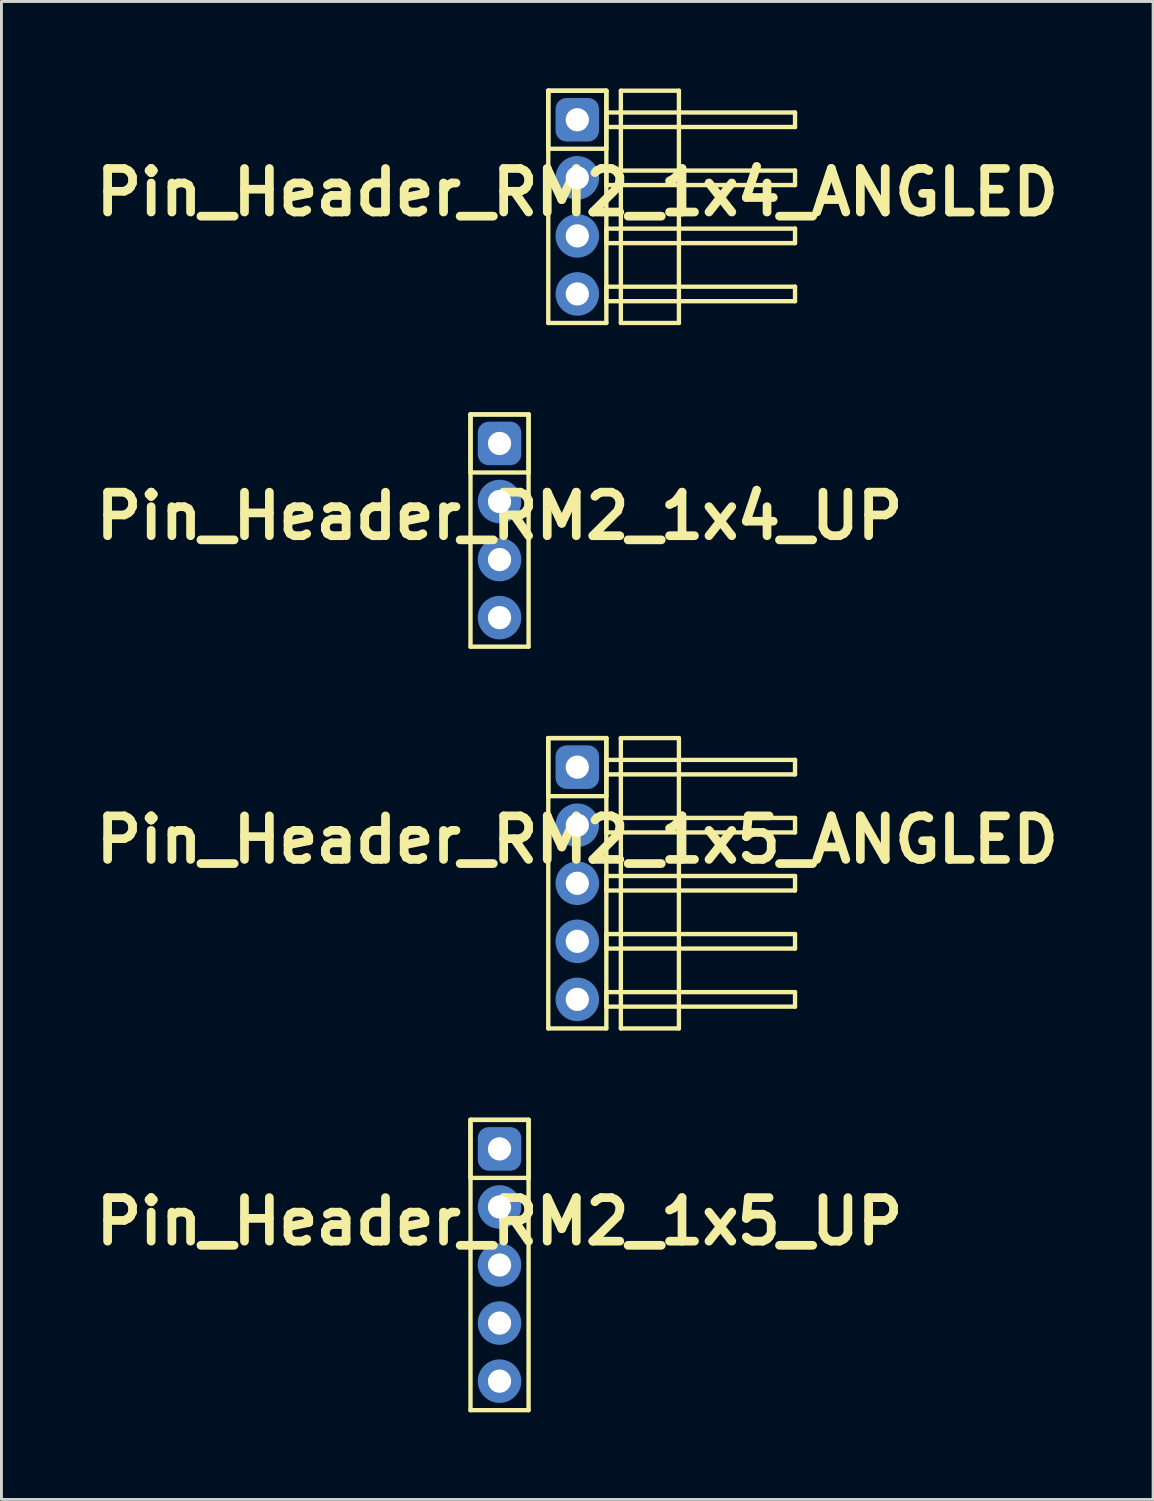
<source format=kicad_pcb>
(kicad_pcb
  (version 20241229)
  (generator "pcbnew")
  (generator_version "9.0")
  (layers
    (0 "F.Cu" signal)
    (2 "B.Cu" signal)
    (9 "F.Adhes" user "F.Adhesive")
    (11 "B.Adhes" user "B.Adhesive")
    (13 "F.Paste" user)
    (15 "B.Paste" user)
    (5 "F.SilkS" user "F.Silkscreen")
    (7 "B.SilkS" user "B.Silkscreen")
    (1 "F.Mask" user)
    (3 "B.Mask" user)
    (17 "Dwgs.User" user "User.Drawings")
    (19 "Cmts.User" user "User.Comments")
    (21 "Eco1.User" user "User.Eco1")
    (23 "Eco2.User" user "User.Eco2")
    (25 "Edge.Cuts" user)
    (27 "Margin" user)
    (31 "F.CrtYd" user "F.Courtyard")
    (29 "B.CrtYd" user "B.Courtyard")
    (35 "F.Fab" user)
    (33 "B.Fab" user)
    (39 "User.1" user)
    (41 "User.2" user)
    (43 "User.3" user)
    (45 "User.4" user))
  (footprint "Pin_Header_RM2_1x5_ANGLED"
    (layer "F.Cu")
    (at 16.836 23.375)
    (property "Reference" "Pin_Header_RM2_1x5_ANGLED" (at 0 2.5 0) (layer "F.SilkS") (effects (font (size 1.5 1.5) (thickness 0.3))))
    (attr through_hole)
    (fp_line (start -1 -1) (end 1 -1) (stroke (width 0.15) (type solid)) (layer "F.SilkS"))
    (fp_line (start -1 -1) (end 1 -1) (stroke (width 0.15) (type solid)) (layer "F.SilkS"))
    (fp_line (start -1 1) (end -1 -1) (stroke (width 0.15) (type solid)) (layer "F.SilkS"))
    (fp_line (start -1 9) (end -1 -1) (stroke (width 0.15) (type solid)) (layer "F.SilkS"))
    (fp_line (start 1 -1) (end 1 1) (stroke (width 0.15) (type solid)) (layer "F.SilkS"))
    (fp_line (start 1 -1) (end 1 9) (stroke (width 0.15) (type solid)) (layer "F.SilkS"))
    (fp_line (start 1 -0.25) (end 7.5 -0.25) (stroke (width 0.15) (type solid)) (layer "F.SilkS"))
    (fp_line (start 1 0.25) (end 1 -0.25) (stroke (width 0.15) (type solid)) (layer "F.SilkS"))
    (fp_line (start 1 1) (end -1 1) (stroke (width 0.15) (type solid)) (layer "F.SilkS"))
    (fp_line (start 1 1.75) (end 7.5 1.75) (stroke (width 0.15) (type solid)) (layer "F.SilkS"))
    (fp_line (start 1 2.25) (end 1 1.75) (stroke (width 0.15) (type solid)) (layer "F.SilkS"))
    (fp_line (start 1 3.75) (end 7.5 3.75) (stroke (width 0.15) (type solid)) (layer "F.SilkS"))
    (fp_line (start 1 4.25) (end 1 3.75) (stroke (width 0.15) (type solid)) (layer "F.SilkS"))
    (fp_line (start 1 5.75) (end 7.5 5.75) (stroke (width 0.15) (type solid)) (layer "F.SilkS"))
    (fp_line (start 1 6.25) (end 1 5.75) (stroke (width 0.15) (type solid)) (layer "F.SilkS"))
    (fp_line (start 1 7.75) (end 7.5 7.75) (stroke (width 0.15) (type solid)) (layer "F.SilkS"))
    (fp_line (start 1 8.25) (end 1 7.75) (stroke (width 0.15) (type solid)) (layer "F.SilkS"))
    (fp_line (start 1 9) (end -1 9) (stroke (width 0.15) (type solid)) (layer "F.SilkS"))
    (fp_line (start 1.5 -1) (end 3.5 -1) (stroke (width 0.15) (type solid)) (layer "F.SilkS"))
    (fp_line (start 1.5 9) (end 1.5 -1) (stroke (width 0.15) (type solid)) (layer "F.SilkS"))
    (fp_line (start 3.5 -1) (end 3.5 9) (stroke (width 0.15) (type solid)) (layer "F.SilkS"))
    (fp_line (start 3.5 9) (end 1.5 9) (stroke (width 0.15) (type solid)) (layer "F.SilkS"))
    (fp_line (start 7.5 -0.25) (end 7.5 0.25) (stroke (width 0.15) (type solid)) (layer "F.SilkS"))
    (fp_line (start 7.5 0.25) (end 1 0.25) (stroke (width 0.15) (type solid)) (layer "F.SilkS"))
    (fp_line (start 7.5 1.75) (end 7.5 2.25) (stroke (width 0.15) (type solid)) (layer "F.SilkS"))
    (fp_line (start 7.5 2.25) (end 1 2.25) (stroke (width 0.15) (type solid)) (layer "F.SilkS"))
    (fp_line (start 7.5 3.75) (end 7.5 4.25) (stroke (width 0.15) (type solid)) (layer "F.SilkS"))
    (fp_line (start 7.5 4.25) (end 1 4.25) (stroke (width 0.15) (type solid)) (layer "F.SilkS"))
    (fp_line (start 7.5 5.75) (end 7.5 6.25) (stroke (width 0.15) (type solid)) (layer "F.SilkS"))
    (fp_line (start 7.5 6.25) (end 1 6.25) (stroke (width 0.15) (type solid)) (layer "F.SilkS"))
    (fp_line (start 7.5 7.75) (end 7.5 8.25) (stroke (width 0.15) (type solid)) (layer "F.SilkS"))
    (fp_line (start 7.5 8.25) (end 1 8.25) (stroke (width 0.15) (type solid)) (layer "F.SilkS"))
    (pad "1" thru_hole circle (at 0 0) (size 1.1 1.1) (drill 0.8) (layers "*.Cu" "*.Mask"))
    (pad "1" smd roundrect (at 0 0) (size 1.25 1.25) (layers "F.Cu" "F.Mask") (roundrect_rratio 0.25))
    (pad "1" smd roundrect (at 0 0) (size 1.5 1.5) (layers "B.Cu" "B.Mask") (roundrect_rratio 0.25))
    (pad "2" thru_hole circle (at 0 2) (size 1.1 1.1) (drill 0.8) (layers "*.Cu" "*.Mask"))
    (pad "2" smd circle (at 0 2) (size 1.25 1.25) (layers "F.Cu" "F.Mask"))
    (pad "2" smd circle (at 0 2) (size 1.5 1.5) (layers "B.Cu" "B.Mask"))
    (pad "3" thru_hole circle (at 0 4) (size 1.1 1.1) (drill 0.8) (layers "*.Cu" "*.Mask"))
    (pad "3" smd circle (at 0 4) (size 1.25 1.25) (layers "F.Cu" "F.Mask"))
    (pad "3" smd circle (at 0 4) (size 1.5 1.5) (layers "B.Cu" "B.Mask"))
    (pad "4" thru_hole circle (at 0 6) (size 1.1 1.1) (drill 0.8) (layers "*.Cu" "*.Mask"))
    (pad "4" smd circle (at 0 6) (size 1.25 1.25) (layers "F.Cu" "F.Mask"))
    (pad "4" smd circle (at 0 6) (size 1.5 1.5) (layers "B.Cu" "B.Mask"))
    (pad "5" thru_hole circle (at 0 8) (size 1.1 1.1) (drill 0.8) (layers "*.Cu" "*.Mask"))
    (pad "5" smd circle (at 0 8) (size 1.25 1.25) (layers "F.Cu" "F.Mask"))
    (pad "5" smd circle (at 0 8) (size 1.5 1.5) (layers "B.Cu" "B.Mask")))
  (footprint "Pin_Header_RM2_1x4_UP"
    (layer "F.Cu")
    (at 14.157 12.225)
    (property "Reference" "Pin_Header_RM2_1x4_UP" (at 0 2.5 0) (layer "F.SilkS") (effects (font (size 1.5 1.5) (thickness 0.3))))
    (attr through_hole)
    (fp_line (start -1 -1) (end 1 -1) (stroke (width 0.15) (type solid)) (layer "F.SilkS"))
    (fp_line (start -1 -1) (end 1 -1) (stroke (width 0.15) (type solid)) (layer "F.SilkS"))
    (fp_line (start -1 1) (end -1 -1) (stroke (width 0.15) (type solid)) (layer "F.SilkS"))
    (fp_line (start -1 7) (end -1 -1) (stroke (width 0.15) (type solid)) (layer "F.SilkS"))
    (fp_line (start 1 -1) (end 1 1) (stroke (width 0.15) (type solid)) (layer "F.SilkS"))
    (fp_line (start 1 -1) (end 1 7) (stroke (width 0.15) (type solid)) (layer "F.SilkS"))
    (fp_line (start 1 1) (end -1 1) (stroke (width 0.15) (type solid)) (layer "F.SilkS"))
    (fp_line (start 1 7) (end -1 7) (stroke (width 0.15) (type solid)) (layer "F.SilkS"))
    (pad "1" thru_hole circle (at 0 0) (size 1.1 1.1) (drill 0.8) (layers "*.Cu" "*.Mask"))
    (pad "1" smd roundrect (at 0 0) (size 1.25 1.25) (layers "F.Cu" "F.Mask") (roundrect_rratio 0.25))
    (pad "1" smd roundrect (at 0 0) (size 1.5 1.5) (layers "B.Cu" "B.Mask") (roundrect_rratio 0.25))
    (pad "2" thru_hole circle (at 0 2) (size 1.1 1.1) (drill 0.8) (layers "*.Cu" "*.Mask"))
    (pad "2" smd circle (at 0 2) (size 1.25 1.25) (layers "F.Cu" "F.Mask"))
    (pad "2" smd circle (at 0 2) (size 1.5 1.5) (layers "B.Cu" "B.Mask"))
    (pad "3" thru_hole circle (at 0 4) (size 1.1 1.1) (drill 0.8) (layers "*.Cu" "*.Mask"))
    (pad "3" smd circle (at 0 4) (size 1.25 1.25) (layers "F.Cu" "F.Mask"))
    (pad "3" smd circle (at 0 4) (size 1.5 1.5) (layers "B.Cu" "B.Mask"))
    (pad "4" thru_hole circle (at 0 6) (size 1.1 1.1) (drill 0.8) (layers "*.Cu" "*.Mask"))
    (pad "4" smd circle (at 0 6) (size 1.25 1.25) (layers "F.Cu" "F.Mask"))
    (pad "4" smd circle (at 0 6) (size 1.5 1.5) (layers "B.Cu" "B.Mask")))
  (footprint "Pin_Header_RM2_1x4_ANGLED"
    (layer "F.Cu")
    (at 16.836 1.075)
    (property "Reference" "Pin_Header_RM2_1x4_ANGLED" (at 0 2.5 0) (layer "F.SilkS") (effects (font (size 1.5 1.5) (thickness 0.3))))
    (attr through_hole)
    (fp_line (start -1 -1) (end 1 -1) (stroke (width 0.15) (type solid)) (layer "F.SilkS"))
    (fp_line (start -1 -1) (end 1 -1) (stroke (width 0.15) (type solid)) (layer "F.SilkS"))
    (fp_line (start -1 1) (end -1 -1) (stroke (width 0.15) (type solid)) (layer "F.SilkS"))
    (fp_line (start -1 7) (end -1 -1) (stroke (width 0.15) (type solid)) (layer "F.SilkS"))
    (fp_line (start 1 -1) (end 1 1) (stroke (width 0.15) (type solid)) (layer "F.SilkS"))
    (fp_line (start 1 -1) (end 1 7) (stroke (width 0.15) (type solid)) (layer "F.SilkS"))
    (fp_line (start 1 -0.25) (end 7.5 -0.25) (stroke (width 0.15) (type solid)) (layer "F.SilkS"))
    (fp_line (start 1 0.25) (end 1 -0.25) (stroke (width 0.15) (type solid)) (layer "F.SilkS"))
    (fp_line (start 1 1) (end -1 1) (stroke (width 0.15) (type solid)) (layer "F.SilkS"))
    (fp_line (start 1 1.75) (end 7.5 1.75) (stroke (width 0.15) (type solid)) (layer "F.SilkS"))
    (fp_line (start 1 2.25) (end 1 1.75) (stroke (width 0.15) (type solid)) (layer "F.SilkS"))
    (fp_line (start 1 3.75) (end 7.5 3.75) (stroke (width 0.15) (type solid)) (layer "F.SilkS"))
    (fp_line (start 1 4.25) (end 1 3.75) (stroke (width 0.15) (type solid)) (layer "F.SilkS"))
    (fp_line (start 1 5.75) (end 7.5 5.75) (stroke (width 0.15) (type solid)) (layer "F.SilkS"))
    (fp_line (start 1 6.25) (end 1 5.75) (stroke (width 0.15) (type solid)) (layer "F.SilkS"))
    (fp_line (start 1 7) (end -1 7) (stroke (width 0.15) (type solid)) (layer "F.SilkS"))
    (fp_line (start 1.5 -1) (end 3.5 -1) (stroke (width 0.15) (type solid)) (layer "F.SilkS"))
    (fp_line (start 1.5 7) (end 1.5 -1) (stroke (width 0.15) (type solid)) (layer "F.SilkS"))
    (fp_line (start 3.5 -1) (end 3.5 7) (stroke (width 0.15) (type solid)) (layer "F.SilkS"))
    (fp_line (start 3.5 7) (end 1.5 7) (stroke (width 0.15) (type solid)) (layer "F.SilkS"))
    (fp_line (start 7.5 -0.25) (end 7.5 0.25) (stroke (width 0.15) (type solid)) (layer "F.SilkS"))
    (fp_line (start 7.5 0.25) (end 1 0.25) (stroke (width 0.15) (type solid)) (layer "F.SilkS"))
    (fp_line (start 7.5 1.75) (end 7.5 2.25) (stroke (width 0.15) (type solid)) (layer "F.SilkS"))
    (fp_line (start 7.5 2.25) (end 1 2.25) (stroke (width 0.15) (type solid)) (layer "F.SilkS"))
    (fp_line (start 7.5 3.75) (end 7.5 4.25) (stroke (width 0.15) (type solid)) (layer "F.SilkS"))
    (fp_line (start 7.5 4.25) (end 1 4.25) (stroke (width 0.15) (type solid)) (layer "F.SilkS"))
    (fp_line (start 7.5 5.75) (end 7.5 6.25) (stroke (width 0.15) (type solid)) (layer "F.SilkS"))
    (fp_line (start 7.5 6.25) (end 1 6.25) (stroke (width 0.15) (type solid)) (layer "F.SilkS"))
    (pad "1" thru_hole circle (at 0 0) (size 1.1 1.1) (drill 0.8) (layers "*.Cu" "*.Mask"))
    (pad "1" smd roundrect (at 0 0) (size 1.25 1.25) (layers "F.Cu" "F.Mask") (roundrect_rratio 0.25))
    (pad "1" smd roundrect (at 0 0) (size 1.5 1.5) (layers "B.Cu" "B.Mask") (roundrect_rratio 0.25))
    (pad "2" thru_hole circle (at 0 2) (size 1.1 1.1) (drill 0.8) (layers "*.Cu" "*.Mask"))
    (pad "2" smd circle (at 0 2) (size 1.25 1.25) (layers "F.Cu" "F.Mask"))
    (pad "2" smd circle (at 0 2) (size 1.5 1.5) (layers "B.Cu" "B.Mask"))
    (pad "3" thru_hole circle (at 0 4) (size 1.1 1.1) (drill 0.8) (layers "*.Cu" "*.Mask"))
    (pad "3" smd circle (at 0 4) (size 1.25 1.25) (layers "F.Cu" "F.Mask"))
    (pad "3" smd circle (at 0 4) (size 1.5 1.5) (layers "B.Cu" "B.Mask"))
    (pad "4" thru_hole circle (at 0 6) (size 1.1 1.1) (drill 0.8) (layers "*.Cu" "*.Mask"))
    (pad "4" smd circle (at 0 6) (size 1.25 1.25) (layers "F.Cu" "F.Mask"))
    (pad "4" smd circle (at 0 6) (size 1.5 1.5) (layers "B.Cu" "B.Mask")))
  (footprint "Pin_Header_RM2_1x5_UP"
    (layer "F.Cu")
    (at 14.157 36.525)
    (property "Reference" "Pin_Header_RM2_1x5_UP" (at 0 2.5 0) (layer "F.SilkS") (effects (font (size 1.5 1.5) (thickness 0.3))))
    (attr through_hole)
    (fp_line (start -1 -1) (end 1 -1) (stroke (width 0.15) (type solid)) (layer "F.SilkS"))
    (fp_line (start -1 -1) (end 1 -1) (stroke (width 0.15) (type solid)) (layer "F.SilkS"))
    (fp_line (start -1 1) (end -1 -1) (stroke (width 0.15) (type solid)) (layer "F.SilkS"))
    (fp_line (start -1 9) (end -1 -1) (stroke (width 0.15) (type solid)) (layer "F.SilkS"))
    (fp_line (start 1 -1) (end 1 1) (stroke (width 0.15) (type solid)) (layer "F.SilkS"))
    (fp_line (start 1 -1) (end 1 9) (stroke (width 0.15) (type solid)) (layer "F.SilkS"))
    (fp_line (start 1 1) (end -1 1) (stroke (width 0.15) (type solid)) (layer "F.SilkS"))
    (fp_line (start 1 9) (end -1 9) (stroke (width 0.15) (type solid)) (layer "F.SilkS"))
    (pad "1" thru_hole circle (at 0 0) (size 1.1 1.1) (drill 0.8) (layers "*.Cu" "*.Mask"))
    (pad "1" smd roundrect (at 0 0) (size 1.25 1.25) (layers "F.Cu" "F.Mask") (roundrect_rratio 0.25))
    (pad "1" smd roundrect (at 0 0) (size 1.5 1.5) (layers "B.Cu" "B.Mask") (roundrect_rratio 0.25))
    (pad "2" thru_hole circle (at 0 2) (size 1.1 1.1) (drill 0.8) (layers "*.Cu" "*.Mask"))
    (pad "2" smd circle (at 0 2) (size 1.25 1.25) (layers "F.Cu" "F.Mask"))
    (pad "2" smd circle (at 0 2) (size 1.5 1.5) (layers "B.Cu" "B.Mask"))
    (pad "3" thru_hole circle (at 0 4) (size 1.1 1.1) (drill 0.8) (layers "*.Cu" "*.Mask"))
    (pad "3" smd circle (at 0 4) (size 1.25 1.25) (layers "F.Cu" "F.Mask"))
    (pad "3" smd circle (at 0 4) (size 1.5 1.5) (layers "B.Cu" "B.Mask"))
    (pad "4" thru_hole circle (at 0 6) (size 1.1 1.1) (drill 0.8) (layers "*.Cu" "*.Mask"))
    (pad "4" smd circle (at 0 6) (size 1.25 1.25) (layers "F.Cu" "F.Mask"))
    (pad "4" smd circle (at 0 6) (size 1.5 1.5) (layers "B.Cu" "B.Mask"))
    (pad "5" thru_hole circle (at 0 8) (size 1.1 1.1) (drill 0.8) (layers "*.Cu" "*.Mask"))
    (pad "5" smd circle (at 0 8) (size 1.25 1.25) (layers "F.Cu" "F.Mask"))
    (pad "5" smd circle (at 0 8) (size 1.5 1.5) (layers "B.Cu" "B.Mask")))
  (gr_rect
    (start -3 -3)
    (end 36.671 48.6)
    (stroke (width 0.1) (type default))
    (fill no)
    (layer "Edge.Cuts")))
</source>
